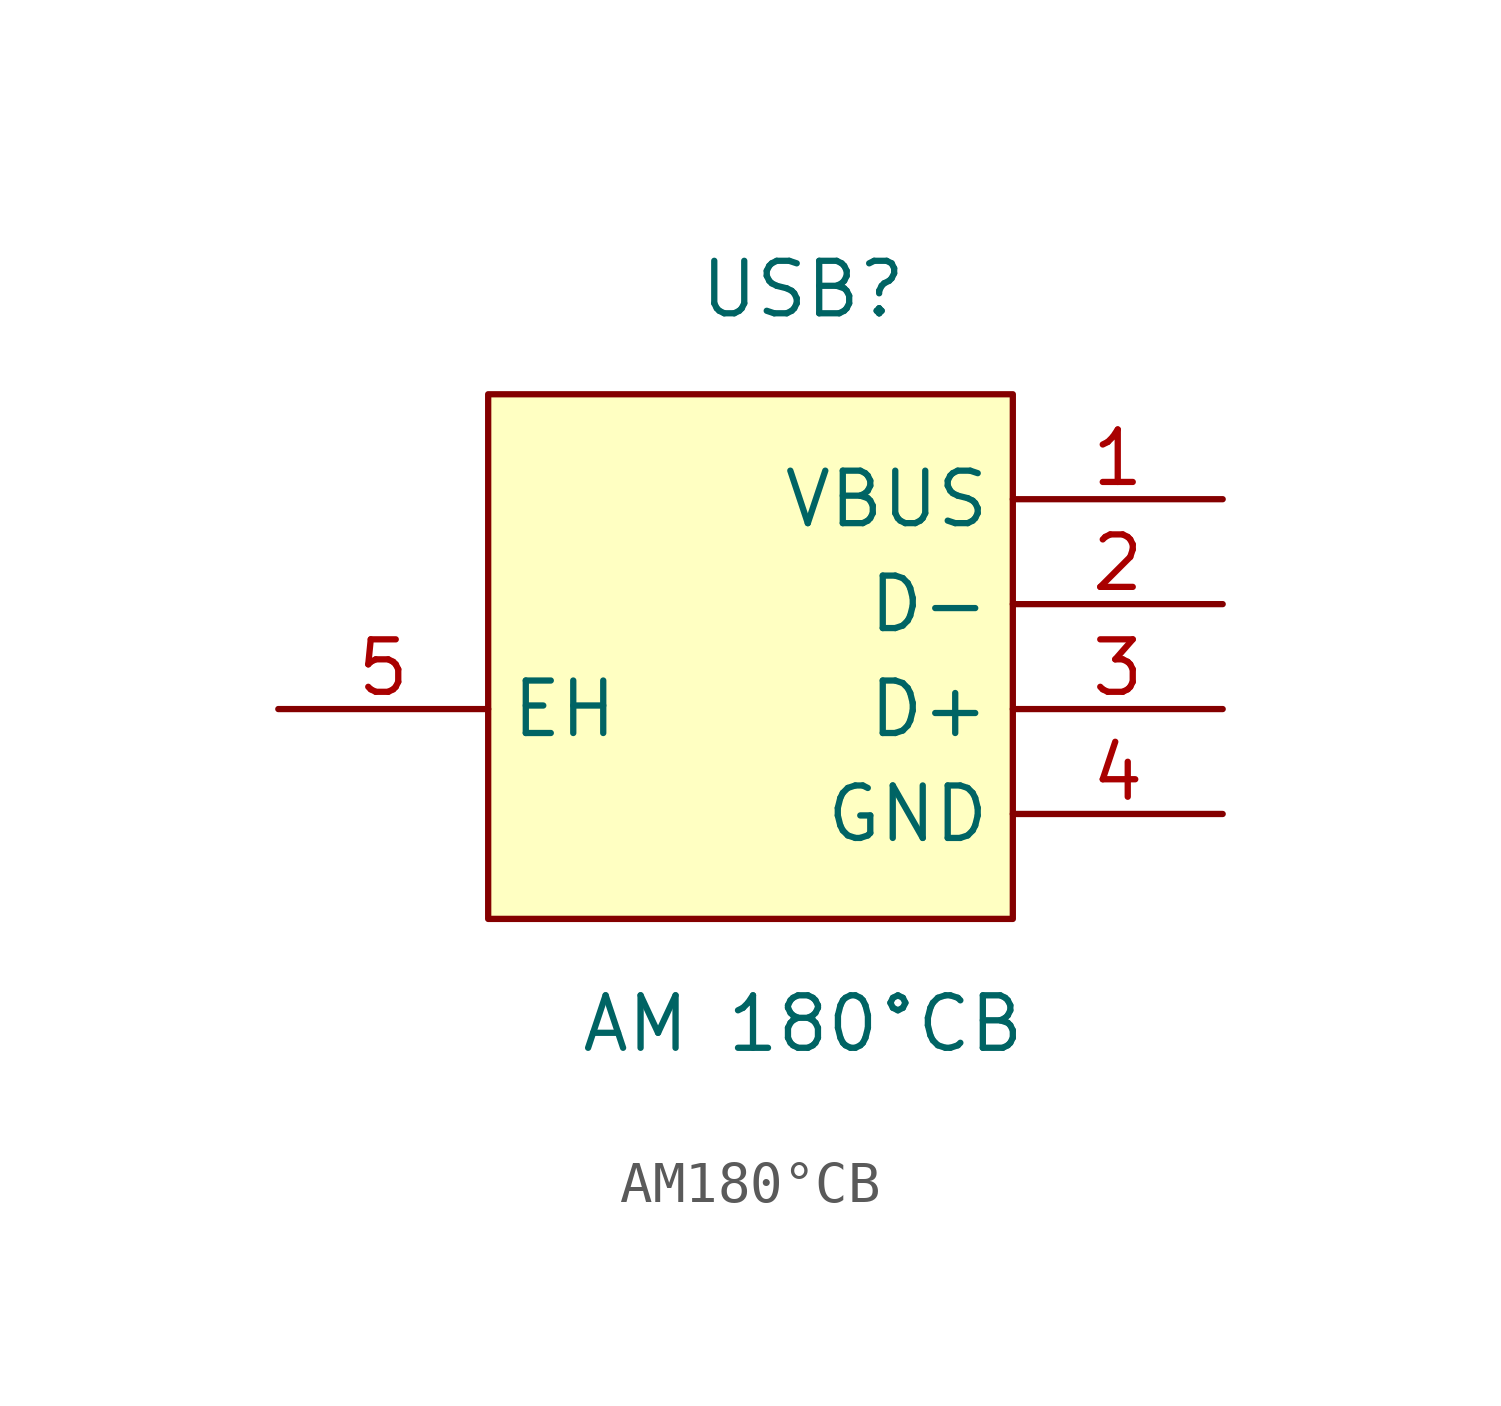
<source format=kicad_sym>
(kicad_symbol_lib
  (version 20231120)
  (generator "kicad_symbol_editor")
  (generator_version "8.0")
  (symbol "AM180°CB"
    (property "Reference" "USB"
      (at 0 7.62 0)
      (effects (font (size 1.27 1.27))))
    (property "Value" "AM 180°CB"
      (at 0 -10.16 0)
      (effects (font (size 1.27 1.27))))
    (symbol "AM180°CB_0_1"
      (rectangle (start -7.62 5.08) (end 5.08 -7.62) (stroke (width 0) (type default)) (fill (type background)))
      (pin input line (at 10.16 2.54 180) (length 5.08) (name "VBUS" (effects (font (size 1.27 1.27)))) (number "1" (effects (font (size 1.27 1.27)))))
      (pin input line (at 10.16 0 180) (length 5.08) (name "D-" (effects (font (size 1.27 1.27)))) (number "2" (effects (font (size 1.27 1.27)))))
      (pin input line (at 10.16 -2.54 180) (length 5.08) (name "D+" (effects (font (size 1.27 1.27)))) (number "3" (effects (font (size 1.27 1.27)))))
      (pin input line (at 10.16 -5.08 180) (length 5.08) (name "GND" (effects (font (size 1.27 1.27)))) (number "4" (effects (font (size 1.27 1.27)))))
      (pin input line (at -12.7 -2.54 0) (length 5.08) (name "EH" (effects (font (size 1.27 1.27)))) (number "5" (effects (font (size 1.27 1.27))))))))
</source>
